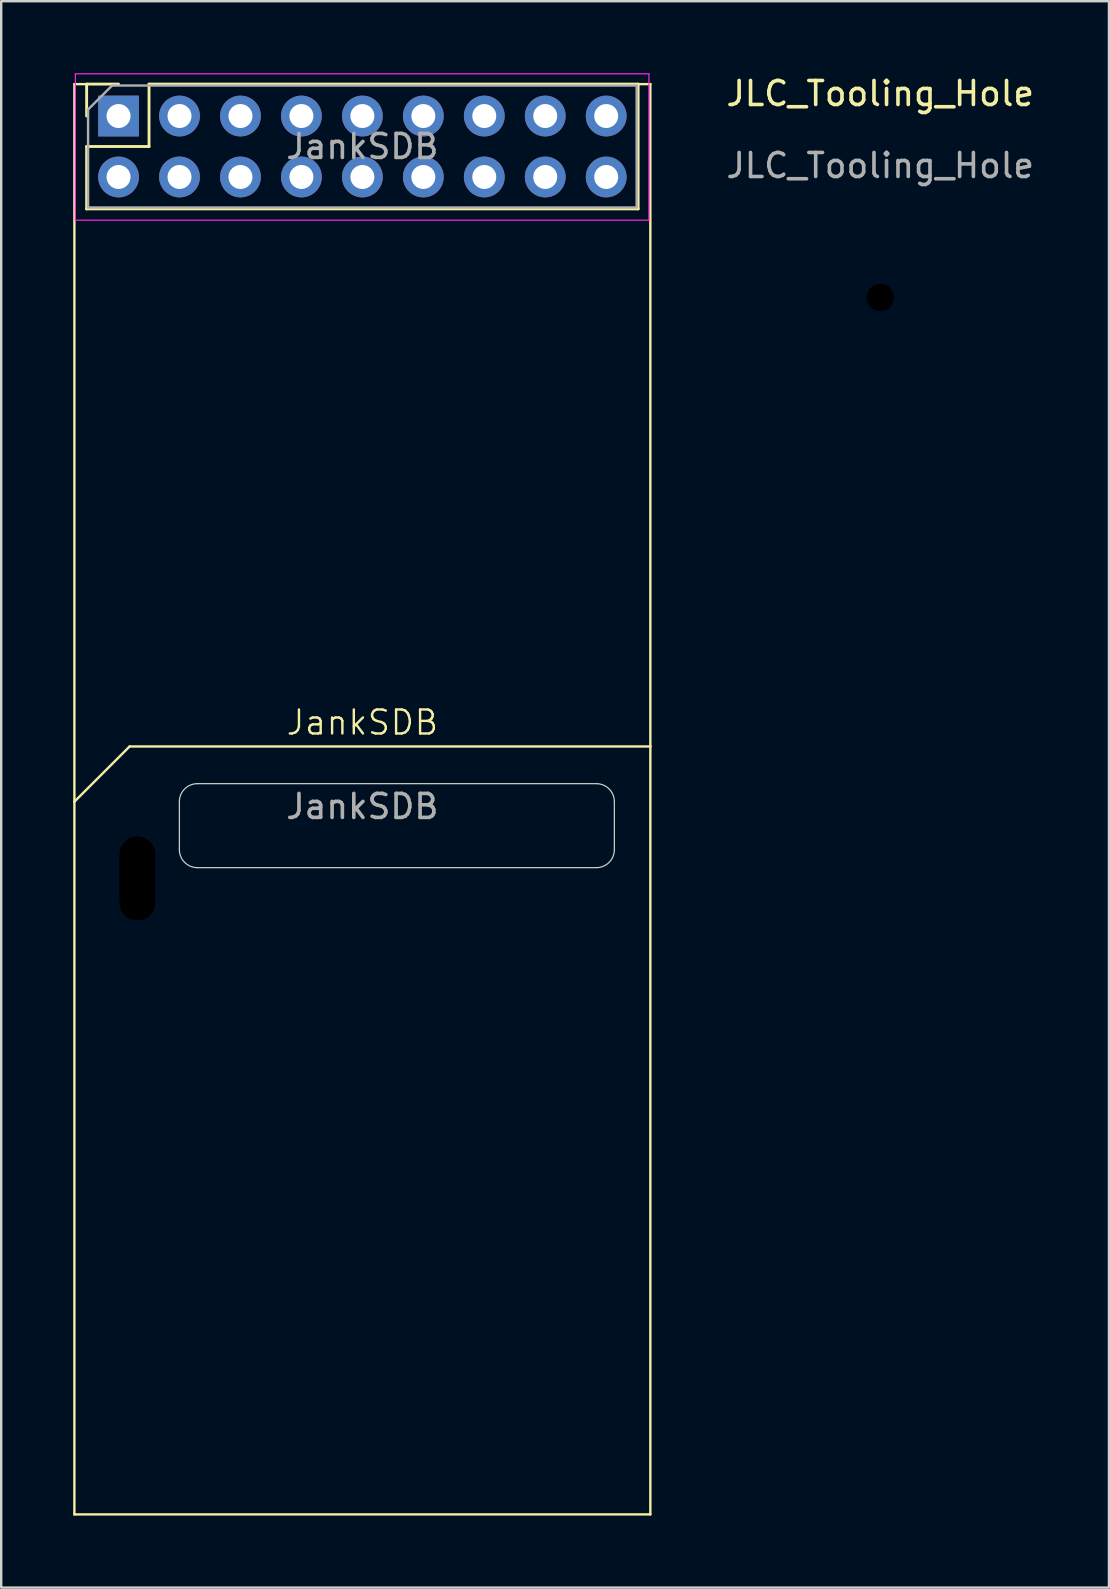
<source format=kicad_pcb>
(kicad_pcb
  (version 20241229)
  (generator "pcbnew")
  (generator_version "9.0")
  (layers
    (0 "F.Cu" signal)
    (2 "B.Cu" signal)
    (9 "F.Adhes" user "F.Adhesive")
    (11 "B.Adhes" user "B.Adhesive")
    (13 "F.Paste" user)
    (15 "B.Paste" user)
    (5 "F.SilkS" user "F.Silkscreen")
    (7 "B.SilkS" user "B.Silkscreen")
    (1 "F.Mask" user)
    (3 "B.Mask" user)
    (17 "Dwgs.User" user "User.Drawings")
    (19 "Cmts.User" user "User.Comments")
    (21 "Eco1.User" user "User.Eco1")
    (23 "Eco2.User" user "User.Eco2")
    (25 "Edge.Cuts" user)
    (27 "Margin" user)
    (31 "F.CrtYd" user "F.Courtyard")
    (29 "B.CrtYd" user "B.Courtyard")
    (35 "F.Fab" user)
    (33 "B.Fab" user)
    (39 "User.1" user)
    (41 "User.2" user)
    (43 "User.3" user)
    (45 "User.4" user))
  (footprint "JankSDB"
    (layer "F.Cu")
    (at 12.05 28.055)
    (property "Reference" "JankSDB" (at 0 -1 0) (unlocked yes) (layer "F.SilkS") (effects (font (size 1 1) (thickness 0.1))))
    (attr smd)
    (fp_line (start -12 -27.6) (end -11.49 -27.6) (stroke (width 0.1) (type default)) (layer "F.SilkS"))
    (fp_line (start -12 2.3) (end -12 -27.6) (stroke (width 0.1) (type default)) (layer "F.SilkS"))
    (fp_line (start -12 2.3) (end -12 32) (stroke (width 0.1) (type default)) (layer "F.SilkS"))
    (fp_line (start -12 2.3) (end -9.7 0) (stroke (width 0.1) (type default)) (layer "F.SilkS"))
    (fp_line (start -12 32) (end 12 32) (stroke (width 0.1) (type default)) (layer "F.SilkS"))
    (fp_line (start -11.49 -27.6) (end -10.16 -27.6) (stroke (width 0.12) (type solid)) (layer "F.SilkS"))
    (fp_line (start -11.49 -26.27) (end -11.49 -27.6) (stroke (width 0.12) (type solid)) (layer "F.SilkS"))
    (fp_line (start -11.49 -25) (end -8.89 -25) (stroke (width 0.12) (type solid)) (layer "F.SilkS"))
    (fp_line (start -11.49 -22.4) (end -11.49 -25) (stroke (width 0.12) (type solid)) (layer "F.SilkS"))
    (fp_line (start -11.49 -22.4) (end 11.49 -22.4) (stroke (width 0.12) (type solid)) (layer "F.SilkS"))
    (fp_line (start -8.89 -27.6) (end 11.49 -27.6) (stroke (width 0.12) (type solid)) (layer "F.SilkS"))
    (fp_line (start -8.89 -25) (end -8.89 -27.6) (stroke (width 0.12) (type solid)) (layer "F.SilkS"))
    (fp_line (start 11.49 -22.4) (end 11.49 -27.6) (stroke (width 0.12) (type solid)) (layer "F.SilkS"))
    (fp_line (start 12 -27.6) (end 11.49 -27.6) (stroke (width 0.1) (type default)) (layer "F.SilkS"))
    (fp_line (start 12 0) (end -9.7 0) (stroke (width 0.1) (type default)) (layer "F.SilkS"))
    (fp_line (start 12 0) (end 12 -27.6) (stroke (width 0.1) (type default)) (layer "F.SilkS"))
    (fp_line (start 12 32) (end 12 0) (stroke (width 0.1) (type default)) (layer "F.SilkS"))
    (fp_line (start -7.625 2.3) (end -7.625 4.3) (stroke (width 0.05) (type default)) (layer "Edge.Cuts"))
    (fp_line (start -6.875 5.05) (end 9.75 5.05) (stroke (width 0.05) (type default)) (layer "Edge.Cuts"))
    (fp_line (start 9.75 1.55) (end -6.875 1.55) (stroke (width 0.05) (type default)) (layer "Edge.Cuts"))
    (fp_line (start 10.5 4.3) (end 10.5 2.3) (stroke (width 0.05) (type default)) (layer "Edge.Cuts"))
    (fp_arc (start -7.625 2.3) (mid -7.40533 1.76967) (end -6.875 1.55) (stroke (width 0.05) (type default)) (layer "Edge.Cuts"))
    (fp_arc (start -6.875 5.05) (mid -7.40533 4.83033) (end -7.625 4.3) (stroke (width 0.05) (type default)) (layer "Edge.Cuts"))
    (fp_arc (start 9.75 1.55) (mid 10.28033 1.76967) (end 10.5 2.3) (stroke (width 0.05) (type default)) (layer "Edge.Cuts"))
    (fp_arc (start 10.5 4.3) (mid 10.28033 4.83033) (end 9.75 5.05) (stroke (width 0.05) (type default)) (layer "Edge.Cuts"))
    (fp_line (start -11.96 -28.03) (end 11.94 -28.03) (stroke (width 0.05) (type solid)) (layer "F.CrtYd"))
    (fp_line (start -11.96 -21.93) (end -11.96 -28.03) (stroke (width 0.05) (type solid)) (layer "F.CrtYd"))
    (fp_line (start 11.94 -28.03) (end 11.94 -21.93) (stroke (width 0.05) (type solid)) (layer "F.CrtYd"))
    (fp_line (start 11.94 -21.93) (end -11.96 -21.93) (stroke (width 0.05) (type solid)) (layer "F.CrtYd"))
    (fp_line (start -11.43 -26.54) (end -10.43 -27.54) (stroke (width 0.1) (type solid)) (layer "F.Fab"))
    (fp_line (start -11.43 -22.46) (end -11.43 -26.54) (stroke (width 0.1) (type solid)) (layer "F.Fab"))
    (fp_line (start -10.43 -27.54) (end 11.43 -27.54) (stroke (width 0.1) (type solid)) (layer "F.Fab"))
    (fp_line (start 11.43 -27.54) (end 11.43 -22.46) (stroke (width 0.1) (type solid)) (layer "F.Fab"))
    (fp_line (start 11.43 -22.46) (end -11.43 -22.46) (stroke (width 0.1) (type solid)) (layer "F.Fab"))
    (fp_line (start -6.875 3.3) (end -6.875 1.55) (stroke (width 0.05) (type default)) (layer "User.2"))
    (fp_line (start -6.875 3.3) (end -6.875 5.05) (stroke (width 0.05) (type default)) (layer "User.2"))
    (fp_line (start -6.875 3.3) (end 9.75 3.3) (stroke (width 0.05) (type default)) (layer "User.2"))
    (fp_line (start 9.75 3.3) (end 9.75 1.55) (stroke (width 0.05) (type default)) (layer "User.2"))
    (fp_line (start 9.75 3.3) (end 9.75 5.05) (stroke (width 0.05) (type default)) (layer "User.2"))
    (fp_text user "${REFERENCE}" (at 0 2.5 0) (unlocked yes) (layer "F.Fab") (effects (font (size 1 1) (thickness 0.15))))
    (fp_text user "${REFERENCE}" (at 0 -25 180) (layer "F.Fab") (effects (font (size 1 1) (thickness 0.15))))
    (pad "" np_thru_hole oval (at -9.375 5.5 90) (size 3.7 1.7) (drill oval 3.5 1.5) (layers "*.Mask"))
    (pad "1" thru_hole oval (at -7.62 -26.27 90) (size 1.7 1.7) (drill 1) (layers "*.Cu" "*.Mask"))
    (pad "1" thru_hole oval (at -7.62 -23.73 90) (size 1.7 1.7) (drill 1) (layers "*.Cu" "*.Mask"))
    (pad "2" thru_hole oval (at -5.08 -26.27 90) (size 1.7 1.7) (drill 1) (layers "*.Cu" "*.Mask"))
    (pad "2" thru_hole oval (at -5.08 -23.73 90) (size 1.7 1.7) (drill 1) (layers "*.Cu" "*.Mask"))
    (pad "3" thru_hole oval (at -2.54 -26.27 90) (size 1.7 1.7) (drill 1) (layers "*.Cu" "*.Mask"))
    (pad "3" thru_hole oval (at -2.54 -23.73 90) (size 1.7 1.7) (drill 1) (layers "*.Cu" "*.Mask"))
    (pad "4" thru_hole oval (at 0 -26.27 90) (size 1.7 1.7) (drill 1) (layers "*.Cu" "*.Mask"))
    (pad "4" thru_hole oval (at 0 -23.73 90) (size 1.7 1.7) (drill 1) (layers "*.Cu" "*.Mask"))
    (pad "5" thru_hole oval (at 2.54 -26.27 90) (size 1.7 1.7) (drill 1) (layers "*.Cu" "*.Mask"))
    (pad "5" thru_hole oval (at 2.54 -23.73 90) (size 1.7 1.7) (drill 1) (layers "*.Cu" "*.Mask"))
    (pad "6" thru_hole oval (at 5.08 -26.27 90) (size 1.7 1.7) (drill 1) (layers "*.Cu" "*.Mask"))
    (pad "6" thru_hole oval (at 5.08 -23.73 90) (size 1.7 1.7) (drill 1) (layers "*.Cu" "*.Mask"))
    (pad "7" thru_hole oval (at 7.62 -26.27 90) (size 1.7 1.7) (drill 1) (layers "*.Cu" "*.Mask"))
    (pad "7" thru_hole oval (at 7.62 -23.73 90) (size 1.7 1.7) (drill 1) (layers "*.Cu" "*.Mask"))
    (pad "8" thru_hole oval (at 10.16 -26.27 90) (size 1.7 1.7) (drill 1) (layers "*.Cu" "*.Mask"))
    (pad "8" thru_hole oval (at 10.16 -23.73 90) (size 1.7 1.7) (drill 1) (layers "*.Cu" "*.Mask"))
    (pad "9" thru_hole rect (at -10.16 -26.27 90) (size 1.7 1.7) (drill 1) (layers "*.Cu" "*.Mask"))
    (pad "9" thru_hole oval (at -10.16 -23.73 90) (size 1.7 1.7) (drill 1) (layers "*.Cu" "*.Mask")))
  (footprint "JLC_Tooling_Hole"
    (layer "F.Cu")
    (at 33.63 9.348)
    (property "Reference" "JLC_Tooling_Hole" (at 0 -8.5 0) (unlocked yes) (layer "F.SilkS") (effects (font (size 1 1) (thickness 0.15))))
    (attr through_hole)
    (fp_text user "${REFERENCE}" (at 0 -5.5 0) (unlocked yes) (layer "F.Fab") (effects (font (size 1 1) (thickness 0.15))))
    (pad "" np_thru_hole circle (at 0 0) (size 1.3 1.3) (drill 1.152) (layers "*.Mask")))
  (gr_rect
    (start -3 -3)
    (end 43.16 63.105)
    (stroke (width 0.1) (type default))
    (fill no)
    (layer "Edge.Cuts")))
</source>
